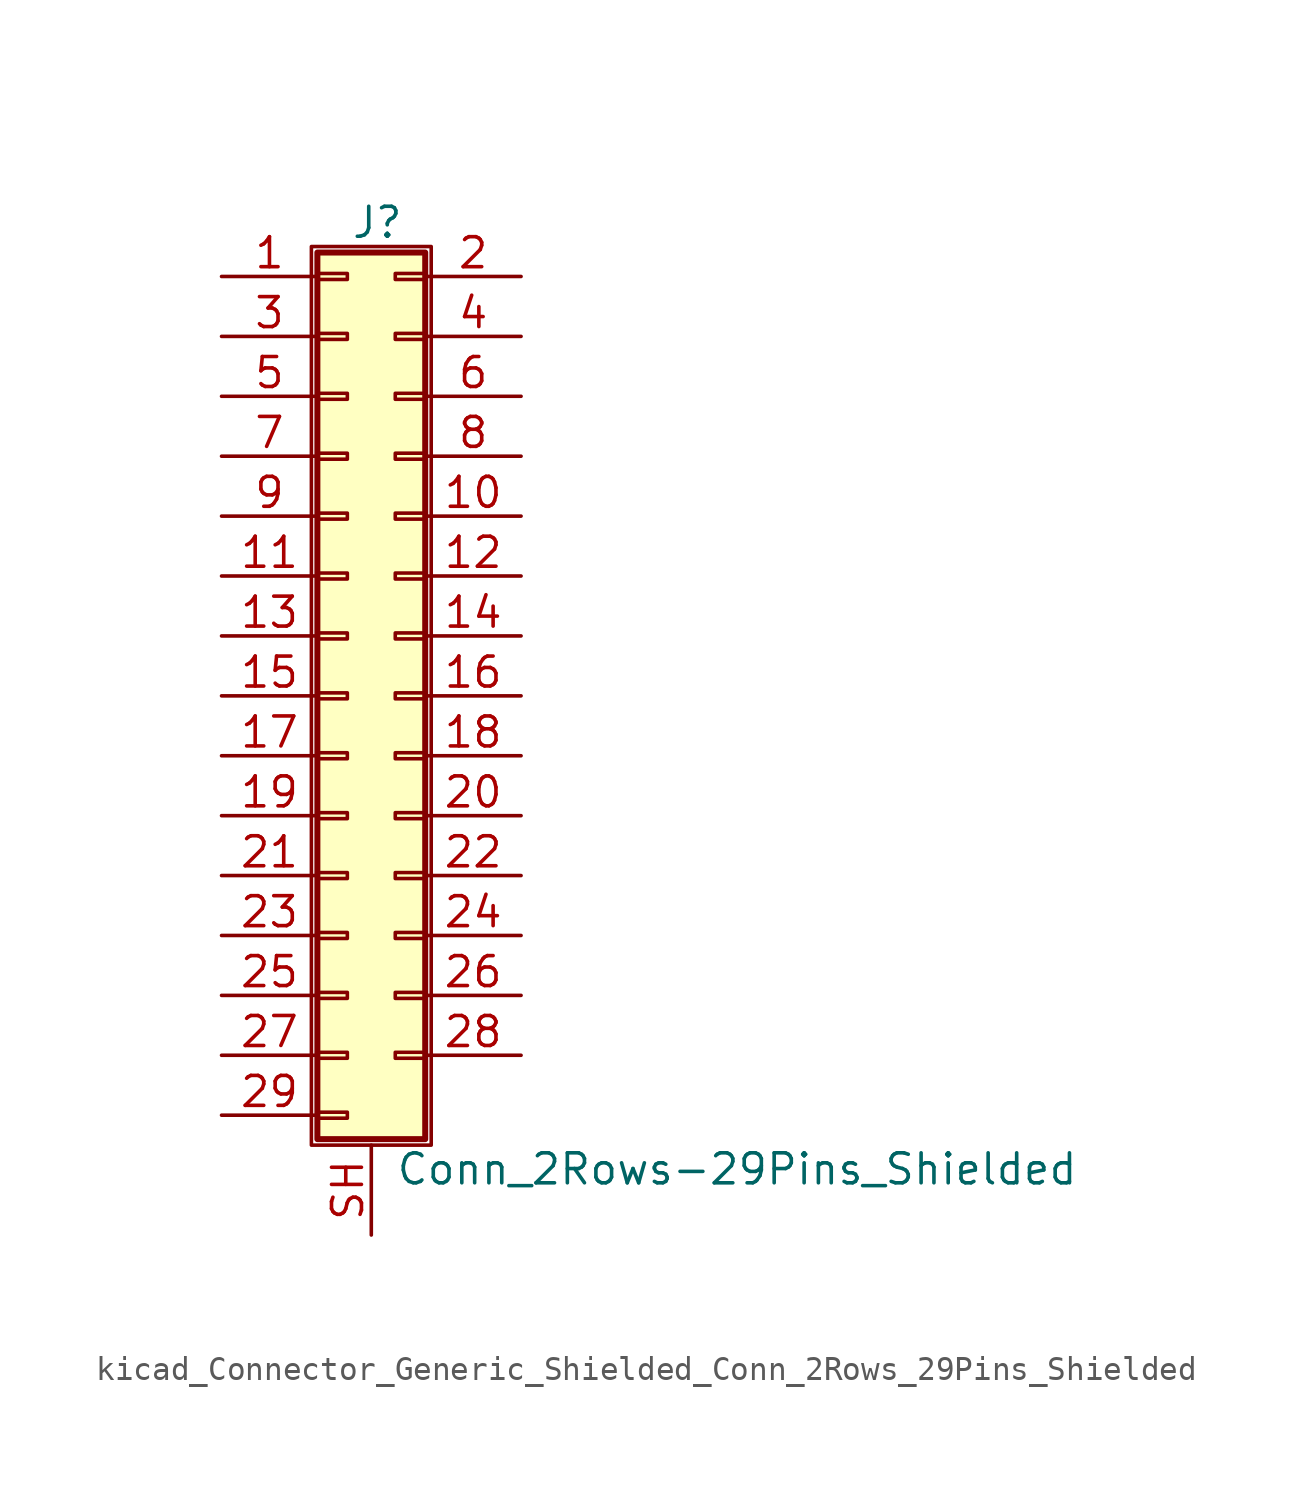
<source format=kicad_sym>
(kicad_symbol_lib
  (version 20220914)
  (generator kicad_symbol_editor)
  (symbol "kicad_Connector_Generic_Shielded_Conn_2Rows_29Pins_Shielded"
    (pin_names
      (offset 1.016) hide)
    (property "Reference" "J"
      (at 1.524 20.066 0)
      (effects (font (size 1.27 1.27))))
    (property "Value" "Conn_2Rows-29Pins_Shielded"
      (at 2.286 -20.066 0)
      (effects (font (size 1.27 1.27)) (justify left)))
    (symbol "kicad_Connector_Generic_Shielded_Conn_2Rows_29Pins_Shielded_1_1"
      (rectangle (start -1.27 19.05) (end 3.81 -19.05) (stroke (width 0.152) (type default)) (fill (type none)))
      (rectangle (start -1.016 -17.653) (end 0.254 -17.907) (stroke (width 0.152) (type default)) (fill (type none)))
      (rectangle (start -1.016 -15.113) (end 0.254 -15.367) (stroke (width 0.152) (type default)) (fill (type none)))
      (rectangle (start -1.016 -12.573) (end 0.254 -12.827) (stroke (width 0.152) (type default)) (fill (type none)))
      (rectangle (start -1.016 -10.033) (end 0.254 -10.287) (stroke (width 0.152) (type default)) (fill (type none)))
      (rectangle (start -1.016 -7.493) (end 0.254 -7.747) (stroke (width 0.152) (type default)) (fill (type none)))
      (rectangle (start -1.016 -4.953) (end 0.254 -5.207) (stroke (width 0.152) (type default)) (fill (type none)))
      (rectangle (start -1.016 -2.413) (end 0.254 -2.667) (stroke (width 0.152) (type default)) (fill (type none)))
      (rectangle (start -1.016 0.127) (end 0.254 -0.127) (stroke (width 0.152) (type default)) (fill (type none)))
      (rectangle (start -1.016 2.667) (end 0.254 2.413) (stroke (width 0.152) (type default)) (fill (type none)))
      (rectangle (start -1.016 5.207) (end 0.254 4.953) (stroke (width 0.152) (type default)) (fill (type none)))
      (rectangle (start -1.016 7.747) (end 0.254 7.493) (stroke (width 0.152) (type default)) (fill (type none)))
      (rectangle (start -1.016 10.287) (end 0.254 10.033) (stroke (width 0.152) (type default)) (fill (type none)))
      (rectangle (start -1.016 12.827) (end 0.254 12.573) (stroke (width 0.152) (type default)) (fill (type none)))
      (rectangle (start -1.016 15.367) (end 0.254 15.113) (stroke (width 0.152) (type default)) (fill (type none)))
      (rectangle (start -1.016 17.907) (end 0.254 17.653) (stroke (width 0.152) (type default)) (fill (type none)))
      (rectangle (start -1.016 18.796) (end 3.556 -18.796) (stroke (width 0.254) (type default)) (fill (type background)))
      (rectangle (start 3.556 -15.113) (end 2.286 -15.367) (stroke (width 0.152) (type default)) (fill (type none)))
      (rectangle (start 3.556 -12.573) (end 2.286 -12.827) (stroke (width 0.152) (type default)) (fill (type none)))
      (rectangle (start 3.556 -10.033) (end 2.286 -10.287) (stroke (width 0.152) (type default)) (fill (type none)))
      (rectangle (start 3.556 -7.493) (end 2.286 -7.747) (stroke (width 0.152) (type default)) (fill (type none)))
      (rectangle (start 3.556 -4.953) (end 2.286 -5.207) (stroke (width 0.152) (type default)) (fill (type none)))
      (rectangle (start 3.556 -2.413) (end 2.286 -2.667) (stroke (width 0.152) (type default)) (fill (type none)))
      (rectangle (start 3.556 0.127) (end 2.286 -0.127) (stroke (width 0.152) (type default)) (fill (type none)))
      (rectangle (start 3.556 2.667) (end 2.286 2.413) (stroke (width 0.152) (type default)) (fill (type none)))
      (rectangle (start 3.556 5.207) (end 2.286 4.953) (stroke (width 0.152) (type default)) (fill (type none)))
      (rectangle (start 3.556 7.747) (end 2.286 7.493) (stroke (width 0.152) (type default)) (fill (type none)))
      (rectangle (start 3.556 10.287) (end 2.286 10.033) (stroke (width 0.152) (type default)) (fill (type none)))
      (rectangle (start 3.556 12.827) (end 2.286 12.573) (stroke (width 0.152) (type default)) (fill (type none)))
      (rectangle (start 3.556 15.367) (end 2.286 15.113) (stroke (width 0.152) (type default)) (fill (type none)))
      (rectangle (start 3.556 17.907) (end 2.286 17.653) (stroke (width 0.152) (type default)) (fill (type none)))
      (pin passive line (at -5.08 17.78 0) (length 4.064) (name "Pin_1" (effects (font (size 1.27 1.27)))) (number "1" (effects (font (size 1.27 1.27)))))
      (pin passive line (at 7.62 7.62 180) (length 4.064) (name "Pin_10" (effects (font (size 1.27 1.27)))) (number "10" (effects (font (size 1.27 1.27)))))
      (pin passive line (at -5.08 5.08 0) (length 4.064) (name "Pin_11" (effects (font (size 1.27 1.27)))) (number "11" (effects (font (size 1.27 1.27)))))
      (pin passive line (at 7.62 5.08 180) (length 4.064) (name "Pin_12" (effects (font (size 1.27 1.27)))) (number "12" (effects (font (size 1.27 1.27)))))
      (pin passive line (at -5.08 2.54 0) (length 4.064) (name "Pin_13" (effects (font (size 1.27 1.27)))) (number "13" (effects (font (size 1.27 1.27)))))
      (pin passive line (at 7.62 2.54 180) (length 4.064) (name "Pin_14" (effects (font (size 1.27 1.27)))) (number "14" (effects (font (size 1.27 1.27)))))
      (pin passive line (at -5.08 0 0) (length 4.064) (name "Pin_15" (effects (font (size 1.27 1.27)))) (number "15" (effects (font (size 1.27 1.27)))))
      (pin passive line (at 7.62 0 180) (length 4.064) (name "Pin_16" (effects (font (size 1.27 1.27)))) (number "16" (effects (font (size 1.27 1.27)))))
      (pin passive line (at -5.08 -2.54 0) (length 4.064) (name "Pin_17" (effects (font (size 1.27 1.27)))) (number "17" (effects (font (size 1.27 1.27)))))
      (pin passive line (at 7.62 -2.54 180) (length 4.064) (name "Pin_18" (effects (font (size 1.27 1.27)))) (number "18" (effects (font (size 1.27 1.27)))))
      (pin passive line (at -5.08 -5.08 0) (length 4.064) (name "Pin_19" (effects (font (size 1.27 1.27)))) (number "19" (effects (font (size 1.27 1.27)))))
      (pin passive line (at 7.62 17.78 180) (length 4.064) (name "Pin_2" (effects (font (size 1.27 1.27)))) (number "2" (effects (font (size 1.27 1.27)))))
      (pin passive line (at 7.62 -5.08 180) (length 4.064) (name "Pin_20" (effects (font (size 1.27 1.27)))) (number "20" (effects (font (size 1.27 1.27)))))
      (pin passive line (at -5.08 -7.62 0) (length 4.064) (name "Pin_21" (effects (font (size 1.27 1.27)))) (number "21" (effects (font (size 1.27 1.27)))))
      (pin passive line (at 7.62 -7.62 180) (length 4.064) (name "Pin_22" (effects (font (size 1.27 1.27)))) (number "22" (effects (font (size 1.27 1.27)))))
      (pin passive line (at -5.08 -10.16 0) (length 4.064) (name "Pin_23" (effects (font (size 1.27 1.27)))) (number "23" (effects (font (size 1.27 1.27)))))
      (pin passive line (at 7.62 -10.16 180) (length 4.064) (name "Pin_24" (effects (font (size 1.27 1.27)))) (number "24" (effects (font (size 1.27 1.27)))))
      (pin passive line (at -5.08 -12.7 0) (length 4.064) (name "Pin_25" (effects (font (size 1.27 1.27)))) (number "25" (effects (font (size 1.27 1.27)))))
      (pin passive line (at 7.62 -12.7 180) (length 4.064) (name "Pin_26" (effects (font (size 1.27 1.27)))) (number "26" (effects (font (size 1.27 1.27)))))
      (pin passive line (at -5.08 -15.24 0) (length 4.064) (name "Pin_27" (effects (font (size 1.27 1.27)))) (number "27" (effects (font (size 1.27 1.27)))))
      (pin passive line (at 7.62 -15.24 180) (length 4.064) (name "Pin_28" (effects (font (size 1.27 1.27)))) (number "28" (effects (font (size 1.27 1.27)))))
      (pin passive line (at -5.08 -17.78 0) (length 4.064) (name "Pin_29" (effects (font (size 1.27 1.27)))) (number "29" (effects (font (size 1.27 1.27)))))
      (pin passive line (at -5.08 15.24 0) (length 4.064) (name "Pin_3" (effects (font (size 1.27 1.27)))) (number "3" (effects (font (size 1.27 1.27)))))
      (pin passive line (at 7.62 15.24 180) (length 4.064) (name "Pin_4" (effects (font (size 1.27 1.27)))) (number "4" (effects (font (size 1.27 1.27)))))
      (pin passive line (at -5.08 12.7 0) (length 4.064) (name "Pin_5" (effects (font (size 1.27 1.27)))) (number "5" (effects (font (size 1.27 1.27)))))
      (pin passive line (at 7.62 12.7 180) (length 4.064) (name "Pin_6" (effects (font (size 1.27 1.27)))) (number "6" (effects (font (size 1.27 1.27)))))
      (pin passive line (at -5.08 10.16 0) (length 4.064) (name "Pin_7" (effects (font (size 1.27 1.27)))) (number "7" (effects (font (size 1.27 1.27)))))
      (pin passive line (at 7.62 10.16 180) (length 4.064) (name "Pin_8" (effects (font (size 1.27 1.27)))) (number "8" (effects (font (size 1.27 1.27)))))
      (pin passive line (at -5.08 7.62 0) (length 4.064) (name "Pin_9" (effects (font (size 1.27 1.27)))) (number "9" (effects (font (size 1.27 1.27)))))
      (pin passive line (at 1.27 -22.86 90) (length 3.81) (name "Shield" (effects (font (size 1.27 1.27)))) (number "SH" (effects (font (size 1.27 1.27))))))))
</source>
